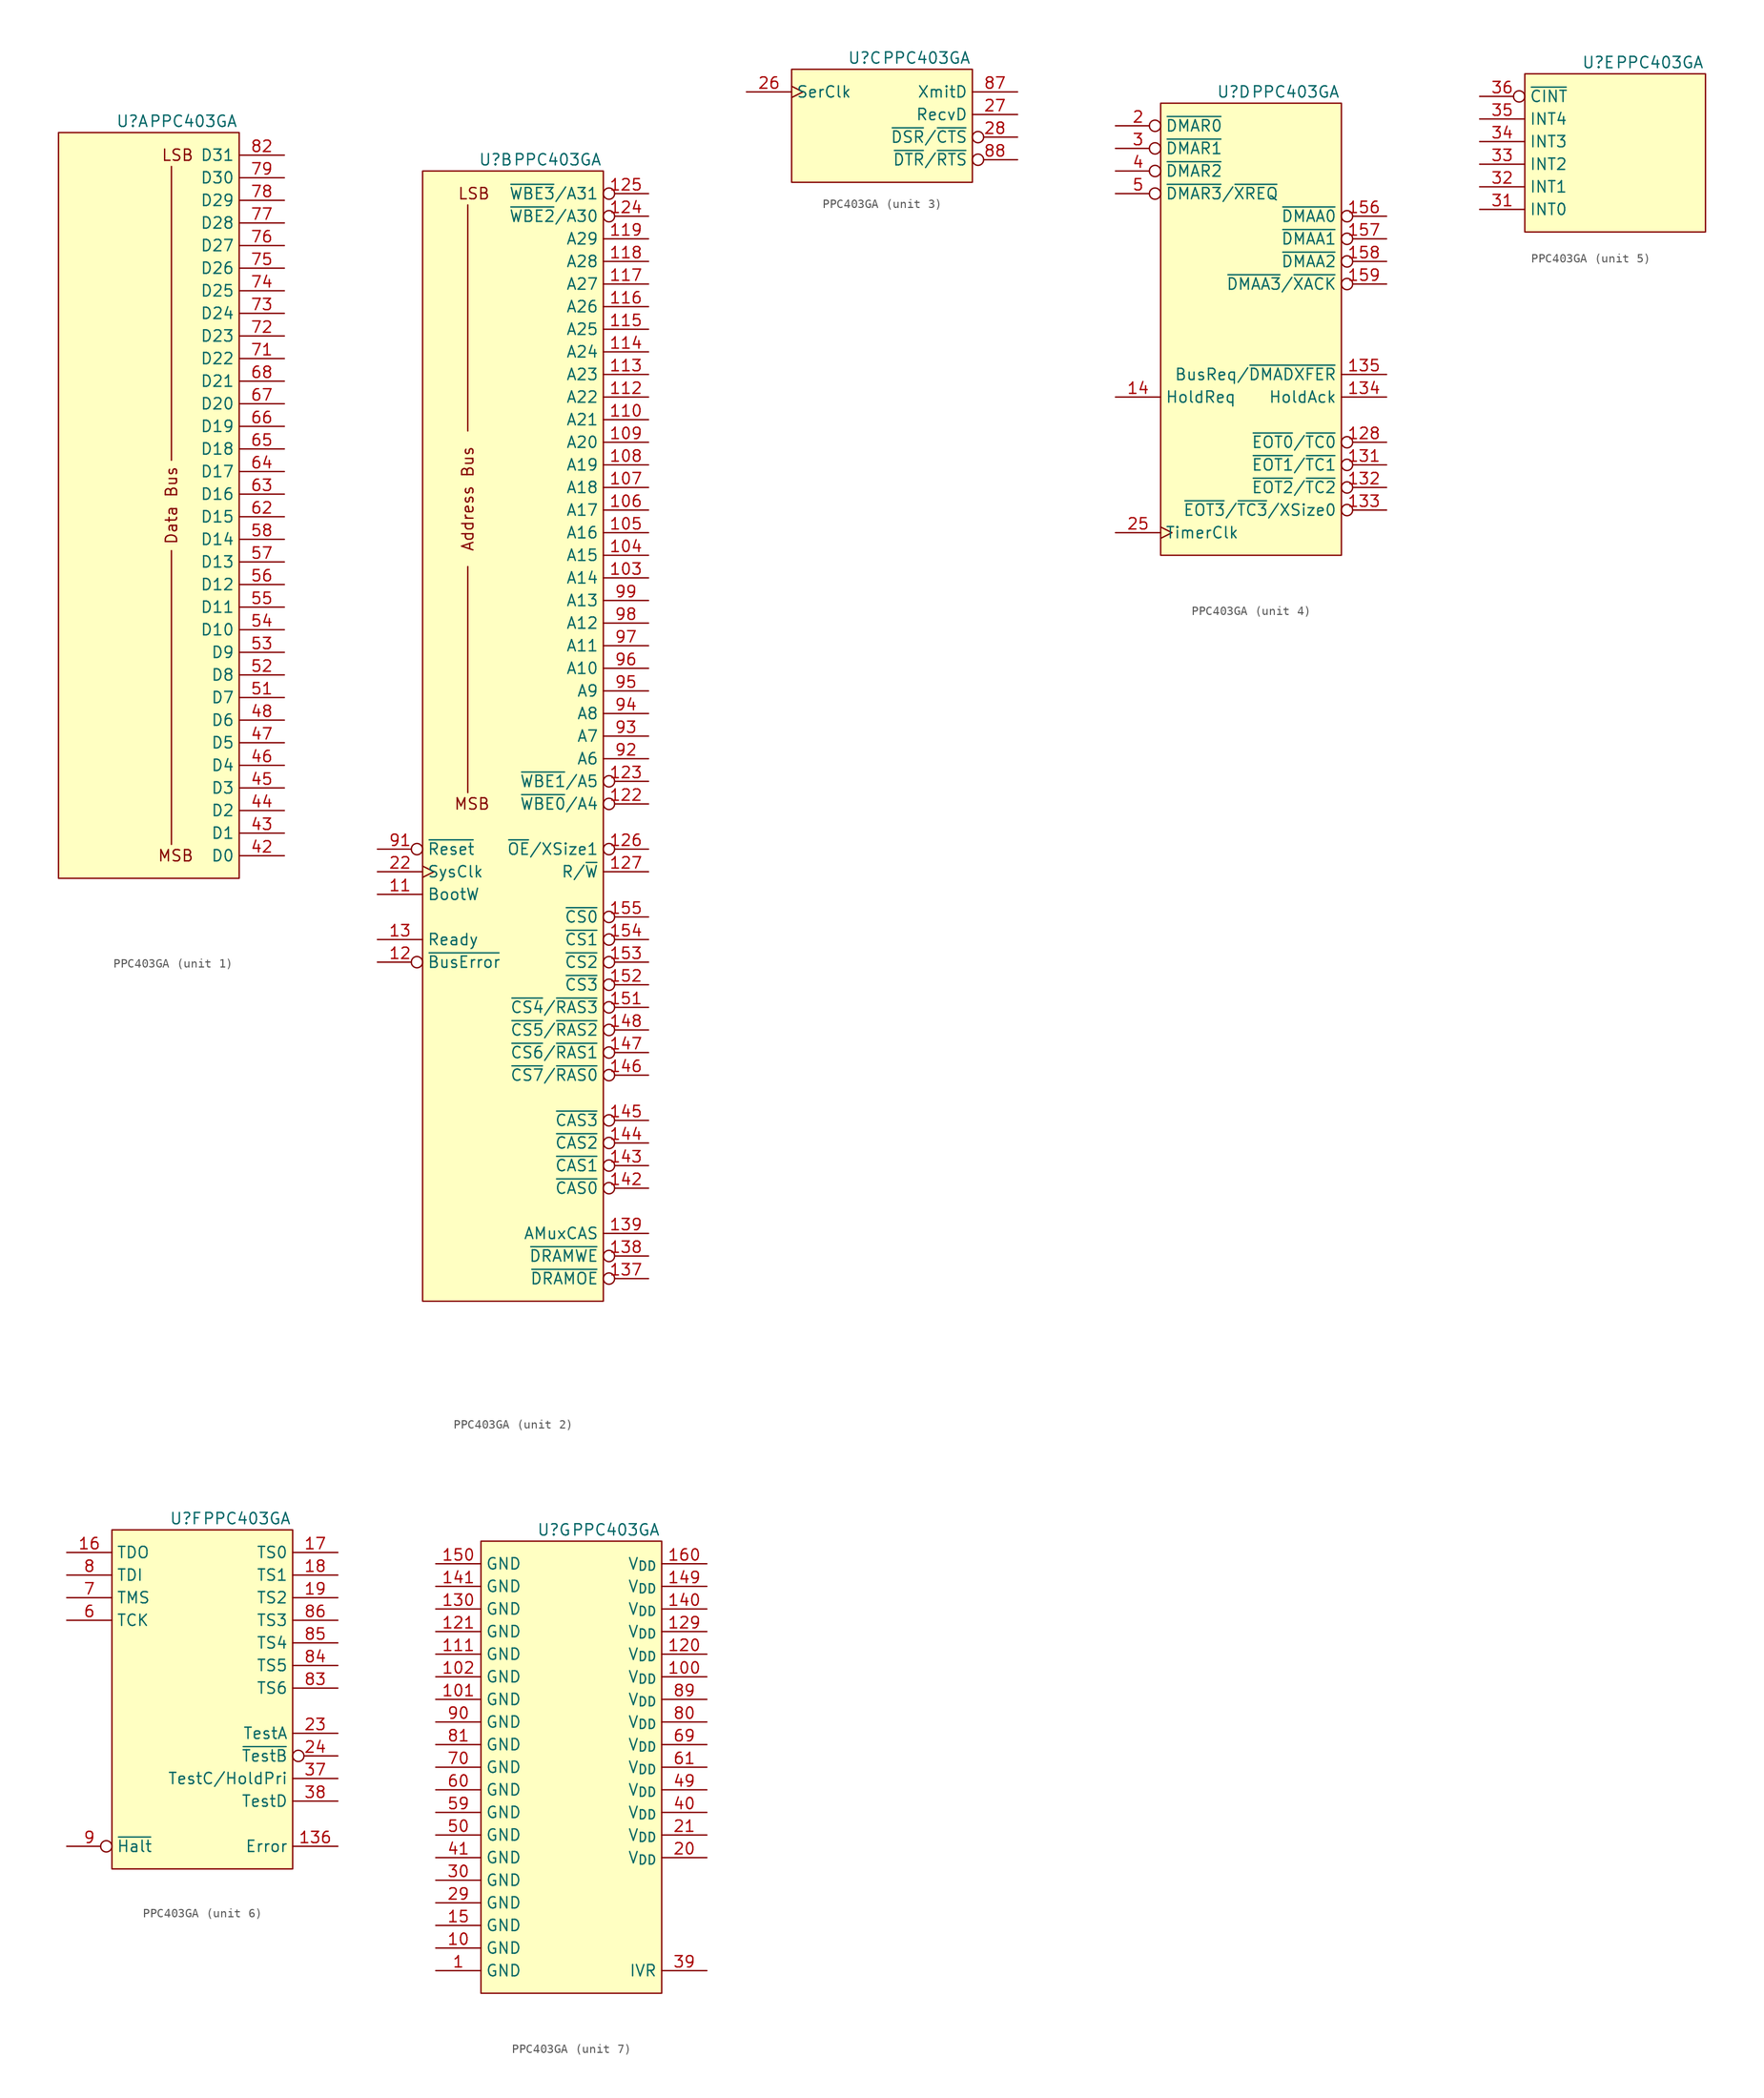
<source format=kicad_sym>
(kicad_symbol_lib
  (version 20241209)
  (generator "kicad_symbol_editor")
  (generator_version "9.0")
  (symbol "PPC403GA"
    (property "Reference" "U"
      (at 0 1.27 0)
      (do_not_autoplace)
      (effects (font (size 1.27 1.27)) (justify right)))
    (property "Value" "PPC403GA"
      (at 0 1.27 0)
      (do_not_autoplace)
      (effects (font (size 1.27 1.27)) (justify left)))
    (property "ki_locked" ""
      (at 0 0 0)
      (effects (font (size 1.27 1.27))))
    (symbol "PPC403GA_1_0"
      (pin tri_state line (at 15.24 -2.54 180) (length 5.08) (name "D31" (effects (font (size 1.27 1.27)))) (number "82" (effects (font (size 1.27 1.27)))))
      (pin tri_state line (at 15.24 -5.08 180) (length 5.08) (name "D30" (effects (font (size 1.27 1.27)))) (number "79" (effects (font (size 1.27 1.27)))))
      (pin tri_state line (at 15.24 -7.62 180) (length 5.08) (name "D29" (effects (font (size 1.27 1.27)))) (number "78" (effects (font (size 1.27 1.27)))))
      (pin tri_state line (at 15.24 -10.16 180) (length 5.08) (name "D28" (effects (font (size 1.27 1.27)))) (number "77" (effects (font (size 1.27 1.27)))))
      (pin tri_state line (at 15.24 -12.7 180) (length 5.08) (name "D27" (effects (font (size 1.27 1.27)))) (number "76" (effects (font (size 1.27 1.27)))))
      (pin tri_state line (at 15.24 -15.24 180) (length 5.08) (name "D26" (effects (font (size 1.27 1.27)))) (number "75" (effects (font (size 1.27 1.27)))))
      (pin tri_state line (at 15.24 -17.78 180) (length 5.08) (name "D25" (effects (font (size 1.27 1.27)))) (number "74" (effects (font (size 1.27 1.27)))))
      (pin tri_state line (at 15.24 -20.32 180) (length 5.08) (name "D24" (effects (font (size 1.27 1.27)))) (number "73" (effects (font (size 1.27 1.27)))))
      (pin tri_state line (at 15.24 -22.86 180) (length 5.08) (name "D23" (effects (font (size 1.27 1.27)))) (number "72" (effects (font (size 1.27 1.27)))))
      (pin tri_state line (at 15.24 -25.4 180) (length 5.08) (name "D22" (effects (font (size 1.27 1.27)))) (number "71" (effects (font (size 1.27 1.27)))))
      (pin tri_state line (at 15.24 -27.94 180) (length 5.08) (name "D21" (effects (font (size 1.27 1.27)))) (number "68" (effects (font (size 1.27 1.27)))))
      (pin tri_state line (at 15.24 -30.48 180) (length 5.08) (name "D20" (effects (font (size 1.27 1.27)))) (number "67" (effects (font (size 1.27 1.27)))))
      (pin tri_state line (at 15.24 -33.02 180) (length 5.08) (name "D19" (effects (font (size 1.27 1.27)))) (number "66" (effects (font (size 1.27 1.27)))))
      (pin tri_state line (at 15.24 -35.56 180) (length 5.08) (name "D18" (effects (font (size 1.27 1.27)))) (number "65" (effects (font (size 1.27 1.27)))))
      (pin tri_state line (at 15.24 -38.1 180) (length 5.08) (name "D17" (effects (font (size 1.27 1.27)))) (number "64" (effects (font (size 1.27 1.27)))))
      (pin tri_state line (at 15.24 -40.64 180) (length 5.08) (name "D16" (effects (font (size 1.27 1.27)))) (number "63" (effects (font (size 1.27 1.27)))))
      (pin tri_state line (at 15.24 -43.18 180) (length 5.08) (name "D15" (effects (font (size 1.27 1.27)))) (number "62" (effects (font (size 1.27 1.27)))))
      (pin tri_state line (at 15.24 -45.72 180) (length 5.08) (name "D14" (effects (font (size 1.27 1.27)))) (number "58" (effects (font (size 1.27 1.27)))))
      (pin tri_state line (at 15.24 -48.26 180) (length 5.08) (name "D13" (effects (font (size 1.27 1.27)))) (number "57" (effects (font (size 1.27 1.27)))))
      (pin tri_state line (at 15.24 -50.8 180) (length 5.08) (name "D12" (effects (font (size 1.27 1.27)))) (number "56" (effects (font (size 1.27 1.27)))))
      (pin tri_state line (at 15.24 -53.34 180) (length 5.08) (name "D11" (effects (font (size 1.27 1.27)))) (number "55" (effects (font (size 1.27 1.27)))))
      (pin tri_state line (at 15.24 -55.88 180) (length 5.08) (name "D10" (effects (font (size 1.27 1.27)))) (number "54" (effects (font (size 1.27 1.27)))))
      (pin tri_state line (at 15.24 -58.42 180) (length 5.08) (name "D9" (effects (font (size 1.27 1.27)))) (number "53" (effects (font (size 1.27 1.27)))))
      (pin tri_state line (at 15.24 -60.96 180) (length 5.08) (name "D8" (effects (font (size 1.27 1.27)))) (number "52" (effects (font (size 1.27 1.27)))))
      (pin tri_state line (at 15.24 -63.5 180) (length 5.08) (name "D7" (effects (font (size 1.27 1.27)))) (number "51" (effects (font (size 1.27 1.27)))))
      (pin tri_state line (at 15.24 -66.04 180) (length 5.08) (name "D6" (effects (font (size 1.27 1.27)))) (number "48" (effects (font (size 1.27 1.27)))))
      (pin tri_state line (at 15.24 -68.58 180) (length 5.08) (name "D5" (effects (font (size 1.27 1.27)))) (number "47" (effects (font (size 1.27 1.27)))))
      (pin tri_state line (at 15.24 -71.12 180) (length 5.08) (name "D4" (effects (font (size 1.27 1.27)))) (number "46" (effects (font (size 1.27 1.27)))))
      (pin tri_state line (at 15.24 -73.66 180) (length 5.08) (name "D3" (effects (font (size 1.27 1.27)))) (number "45" (effects (font (size 1.27 1.27)))))
      (pin tri_state line (at 15.24 -76.2 180) (length 5.08) (name "D2" (effects (font (size 1.27 1.27)))) (number "44" (effects (font (size 1.27 1.27)))))
      (pin tri_state line (at 15.24 -78.74 180) (length 5.08) (name "D1" (effects (font (size 1.27 1.27)))) (number "43" (effects (font (size 1.27 1.27)))))
      (pin tri_state line (at 15.24 -81.28 180) (length 5.08) (name "D0" (effects (font (size 1.27 1.27)))) (number "42" (effects (font (size 1.27 1.27))))))
    (symbol "PPC403GA_1_1"
      (rectangle (start -10.16 0) (end 10.16 -83.82) (stroke (width 0) (type solid)) (fill (type background)))
      (polyline (pts (xy 2.54 -36.83) (xy 2.54 -3.81)) (stroke (width 0) (type default)) (fill (type none)))
      (polyline (pts (xy 2.54 -46.99) (xy 2.54 -80.01)) (stroke (width 0) (type default)) (fill (type none)))
      (text "Data Bus" (at 2.54 -41.91 900) (effects (font (size 1.27 1.27))))
      (text "LSB" (at 5.08 -2.54 0) (effects (font (size 1.27 1.27)) (justify right)))
      (text "MSB" (at 5.08 -81.28 0) (effects (font (size 1.27 1.27)) (justify right))))
    (symbol "PPC403GA_2_0"
      (pin bidirectional inverted (at -15.24 -76.2 0) (length 5.08) (name "~{Reset}" (effects (font (size 1.27 1.27)))) (number "91" (effects (font (size 1.27 1.27)))))
      (pin input clock (at -15.24 -78.74 0) (length 5.08) (name "SysClk" (effects (font (size 1.27 1.27)))) (number "22" (effects (font (size 1.27 1.27)))))
      (pin input line (at -15.24 -81.28 0) (length 5.08) (name "BootW" (effects (font (size 1.27 1.27)))) (number "11" (effects (font (size 1.27 1.27)))))
      (pin input line (at -15.24 -86.36 0) (length 5.08) (name "Ready" (effects (font (size 1.27 1.27)))) (number "13" (effects (font (size 1.27 1.27)))))
      (pin input inverted (at -15.24 -88.9 0) (length 5.08) (name "~{BusError}" (effects (font (size 1.27 1.27)))) (number "12" (effects (font (size 1.27 1.27)))))
      (pin tri_state inverted (at 15.24 -2.54 180) (length 5.08) (name "~{WBE3}/A31" (effects (font (size 1.27 1.27)))) (number "125" (effects (font (size 1.27 1.27)))))
      (pin tri_state inverted (at 15.24 -5.08 180) (length 5.08) (name "~{WBE2}/A30" (effects (font (size 1.27 1.27)))) (number "124" (effects (font (size 1.27 1.27)))))
      (pin tri_state line (at 15.24 -7.62 180) (length 5.08) (name "A29" (effects (font (size 1.27 1.27)))) (number "119" (effects (font (size 1.27 1.27)))))
      (pin tri_state line (at 15.24 -10.16 180) (length 5.08) (name "A28" (effects (font (size 1.27 1.27)))) (number "118" (effects (font (size 1.27 1.27)))))
      (pin tri_state line (at 15.24 -12.7 180) (length 5.08) (name "A27" (effects (font (size 1.27 1.27)))) (number "117" (effects (font (size 1.27 1.27)))))
      (pin tri_state line (at 15.24 -15.24 180) (length 5.08) (name "A26" (effects (font (size 1.27 1.27)))) (number "116" (effects (font (size 1.27 1.27)))))
      (pin tri_state line (at 15.24 -17.78 180) (length 5.08) (name "A25" (effects (font (size 1.27 1.27)))) (number "115" (effects (font (size 1.27 1.27)))))
      (pin tri_state line (at 15.24 -20.32 180) (length 5.08) (name "A24" (effects (font (size 1.27 1.27)))) (number "114" (effects (font (size 1.27 1.27)))))
      (pin tri_state line (at 15.24 -22.86 180) (length 5.08) (name "A23" (effects (font (size 1.27 1.27)))) (number "113" (effects (font (size 1.27 1.27)))))
      (pin tri_state line (at 15.24 -25.4 180) (length 5.08) (name "A22" (effects (font (size 1.27 1.27)))) (number "112" (effects (font (size 1.27 1.27)))))
      (pin tri_state line (at 15.24 -27.94 180) (length 5.08) (name "A21" (effects (font (size 1.27 1.27)))) (number "110" (effects (font (size 1.27 1.27)))))
      (pin tri_state line (at 15.24 -30.48 180) (length 5.08) (name "A20" (effects (font (size 1.27 1.27)))) (number "109" (effects (font (size 1.27 1.27)))))
      (pin tri_state line (at 15.24 -33.02 180) (length 5.08) (name "A19" (effects (font (size 1.27 1.27)))) (number "108" (effects (font (size 1.27 1.27)))))
      (pin tri_state line (at 15.24 -35.56 180) (length 5.08) (name "A18" (effects (font (size 1.27 1.27)))) (number "107" (effects (font (size 1.27 1.27)))))
      (pin tri_state line (at 15.24 -38.1 180) (length 5.08) (name "A17" (effects (font (size 1.27 1.27)))) (number "106" (effects (font (size 1.27 1.27)))))
      (pin tri_state line (at 15.24 -40.64 180) (length 5.08) (name "A16" (effects (font (size 1.27 1.27)))) (number "105" (effects (font (size 1.27 1.27)))))
      (pin tri_state line (at 15.24 -43.18 180) (length 5.08) (name "A15" (effects (font (size 1.27 1.27)))) (number "104" (effects (font (size 1.27 1.27)))))
      (pin tri_state line (at 15.24 -45.72 180) (length 5.08) (name "A14" (effects (font (size 1.27 1.27)))) (number "103" (effects (font (size 1.27 1.27)))))
      (pin tri_state line (at 15.24 -48.26 180) (length 5.08) (name "A13" (effects (font (size 1.27 1.27)))) (number "99" (effects (font (size 1.27 1.27)))))
      (pin tri_state line (at 15.24 -50.8 180) (length 5.08) (name "A12" (effects (font (size 1.27 1.27)))) (number "98" (effects (font (size 1.27 1.27)))))
      (pin tri_state line (at 15.24 -53.34 180) (length 5.08) (name "A11" (effects (font (size 1.27 1.27)))) (number "97" (effects (font (size 1.27 1.27)))))
      (pin tri_state line (at 15.24 -55.88 180) (length 5.08) (name "A10" (effects (font (size 1.27 1.27)))) (number "96" (effects (font (size 1.27 1.27)))))
      (pin tri_state line (at 15.24 -58.42 180) (length 5.08) (name "A9" (effects (font (size 1.27 1.27)))) (number "95" (effects (font (size 1.27 1.27)))))
      (pin tri_state line (at 15.24 -60.96 180) (length 5.08) (name "A8" (effects (font (size 1.27 1.27)))) (number "94" (effects (font (size 1.27 1.27)))))
      (pin tri_state line (at 15.24 -63.5 180) (length 5.08) (name "A7" (effects (font (size 1.27 1.27)))) (number "93" (effects (font (size 1.27 1.27)))))
      (pin tri_state line (at 15.24 -66.04 180) (length 5.08) (name "A6" (effects (font (size 1.27 1.27)))) (number "92" (effects (font (size 1.27 1.27)))))
      (pin tri_state inverted (at 15.24 -68.58 180) (length 5.08) (name "~{WBE1}/A5" (effects (font (size 1.27 1.27)))) (number "123" (effects (font (size 1.27 1.27)))))
      (pin tri_state inverted (at 15.24 -71.12 180) (length 5.08) (name "~{WBE0}/A4" (effects (font (size 1.27 1.27)))) (number "122" (effects (font (size 1.27 1.27)))))
      (pin bidirectional inverted (at 15.24 -76.2 180) (length 5.08) (name "~{OE}/XSize1" (effects (font (size 1.27 1.27)))) (number "126" (effects (font (size 1.27 1.27)))))
      (pin tri_state line (at 15.24 -78.74 180) (length 5.08) (name "R/~{W}" (effects (font (size 1.27 1.27)))) (number "127" (effects (font (size 1.27 1.27)))))
      (pin output inverted (at 15.24 -83.82 180) (length 5.08) (name "~{CS0}" (effects (font (size 1.27 1.27)))) (number "155" (effects (font (size 1.27 1.27)))))
      (pin output inverted (at 15.24 -86.36 180) (length 5.08) (name "~{CS1}" (effects (font (size 1.27 1.27)))) (number "154" (effects (font (size 1.27 1.27)))))
      (pin output inverted (at 15.24 -88.9 180) (length 5.08) (name "~{CS2}" (effects (font (size 1.27 1.27)))) (number "153" (effects (font (size 1.27 1.27)))))
      (pin output inverted (at 15.24 -91.44 180) (length 5.08) (name "~{CS3}" (effects (font (size 1.27 1.27)))) (number "152" (effects (font (size 1.27 1.27)))))
      (pin output inverted (at 15.24 -93.98 180) (length 5.08) (name "~{CS4}/~{RAS3}" (effects (font (size 1.27 1.27)))) (number "151" (effects (font (size 1.27 1.27)))))
      (pin output inverted (at 15.24 -96.52 180) (length 5.08) (name "~{CS5}/~{RAS2}" (effects (font (size 1.27 1.27)))) (number "148" (effects (font (size 1.27 1.27)))))
      (pin output inverted (at 15.24 -99.06 180) (length 5.08) (name "~{CS6}/~{RAS1}" (effects (font (size 1.27 1.27)))) (number "147" (effects (font (size 1.27 1.27)))))
      (pin output inverted (at 15.24 -101.6 180) (length 5.08) (name "~{CS7}/~{RAS0}" (effects (font (size 1.27 1.27)))) (number "146" (effects (font (size 1.27 1.27)))))
      (pin output inverted (at 15.24 -106.68 180) (length 5.08) (name "~{CAS3}" (effects (font (size 1.27 1.27)))) (number "145" (effects (font (size 1.27 1.27)))))
      (pin output inverted (at 15.24 -109.22 180) (length 5.08) (name "~{CAS2}" (effects (font (size 1.27 1.27)))) (number "144" (effects (font (size 1.27 1.27)))))
      (pin output inverted (at 15.24 -111.76 180) (length 5.08) (name "~{CAS1}" (effects (font (size 1.27 1.27)))) (number "143" (effects (font (size 1.27 1.27)))))
      (pin output inverted (at 15.24 -114.3 180) (length 5.08) (name "~{CAS0}" (effects (font (size 1.27 1.27)))) (number "142" (effects (font (size 1.27 1.27)))))
      (pin output line (at 15.24 -119.38 180) (length 5.08) (name "AMuxCAS" (effects (font (size 1.27 1.27)))) (number "139" (effects (font (size 1.27 1.27)))))
      (pin output inverted (at 15.24 -121.92 180) (length 5.08) (name "~{DRAMWE}" (effects (font (size 1.27 1.27)))) (number "138" (effects (font (size 1.27 1.27)))))
      (pin output inverted (at 15.24 -124.46 180) (length 5.08) (name "~{DRAMOE}" (effects (font (size 1.27 1.27)))) (number "137" (effects (font (size 1.27 1.27))))))
    (symbol "PPC403GA_2_1"
      (rectangle (start -10.16 0) (end 10.16 -127) (stroke (width 0) (type solid)) (fill (type background)))
      (polyline (pts (xy -5.08 -29.21) (xy -5.08 -3.81)) (stroke (width 0) (type default)) (fill (type none)))
      (polyline (pts (xy -5.08 -44.45) (xy -5.08 -69.85)) (stroke (width 0) (type default)) (fill (type none)))
      (text "Address Bus" (at -5.08 -36.83 900) (effects (font (size 1.27 1.27))))
      (text "LSB" (at -2.54 -2.54 0) (effects (font (size 1.27 1.27)) (justify right)))
      (text "MSB" (at -2.54 -71.12 0) (effects (font (size 1.27 1.27)) (justify right))))
    (symbol "PPC403GA_3_0"
      (pin input clock (at -15.24 -2.54 0) (length 5.08) (name "SerClk" (effects (font (size 1.27 1.27)))) (number "26" (effects (font (size 1.27 1.27)))))
      (pin output line (at 15.24 -2.54 180) (length 5.08) (name "XmitD" (effects (font (size 1.27 1.27)))) (number "87" (effects (font (size 1.27 1.27)))))
      (pin input line (at 15.24 -5.08 180) (length 5.08) (name "RecvD" (effects (font (size 1.27 1.27)))) (number "27" (effects (font (size 1.27 1.27)))))
      (pin input inverted (at 15.24 -7.62 180) (length 5.08) (name "~{DSR}/~{CTS}" (effects (font (size 1.27 1.27)))) (number "28" (effects (font (size 1.27 1.27)))))
      (pin output inverted (at 15.24 -10.16 180) (length 5.08) (name "~{DTR}/~{RTS}" (effects (font (size 1.27 1.27)))) (number "88" (effects (font (size 1.27 1.27))))))
    (symbol "PPC403GA_3_1"
      (rectangle (start -10.16 0) (end 10.16 -12.7) (stroke (width 0) (type solid)) (fill (type background))))
    (symbol "PPC403GA_4_0"
      (pin input inverted (at -15.24 -2.54 0) (length 5.08) (name "~{DMAR0}" (effects (font (size 1.27 1.27)))) (number "2" (effects (font (size 1.27 1.27)))))
      (pin input inverted (at -15.24 -5.08 0) (length 5.08) (name "~{DMAR1}" (effects (font (size 1.27 1.27)))) (number "3" (effects (font (size 1.27 1.27)))))
      (pin input inverted (at -15.24 -7.62 0) (length 5.08) (name "~{DMAR2}" (effects (font (size 1.27 1.27)))) (number "4" (effects (font (size 1.27 1.27)))))
      (pin input inverted (at -15.24 -10.16 0) (length 5.08) (name "~{DMAR3}/~{XREQ}" (effects (font (size 1.27 1.27)))) (number "5" (effects (font (size 1.27 1.27)))))
      (pin input line (at -15.24 -33.02 0) (length 5.08) (name "HoldReq" (effects (font (size 1.27 1.27)))) (number "14" (effects (font (size 1.27 1.27)))))
      (pin input clock (at -15.24 -48.26 0) (length 5.08) (name "TimerClk" (effects (font (size 1.27 1.27)))) (number "25" (effects (font (size 1.27 1.27)))))
      (pin output inverted (at 15.24 -12.7 180) (length 5.08) (name "~{DMAA0}" (effects (font (size 1.27 1.27)))) (number "156" (effects (font (size 1.27 1.27)))))
      (pin output inverted (at 15.24 -15.24 180) (length 5.08) (name "~{DMAA1}" (effects (font (size 1.27 1.27)))) (number "157" (effects (font (size 1.27 1.27)))))
      (pin output inverted (at 15.24 -17.78 180) (length 5.08) (name "~{DMAA2}" (effects (font (size 1.27 1.27)))) (number "158" (effects (font (size 1.27 1.27)))))
      (pin output inverted (at 15.24 -20.32 180) (length 5.08) (name "~{DMAA3}/~{XACK}" (effects (font (size 1.27 1.27)))) (number "159" (effects (font (size 1.27 1.27)))))
      (pin output line (at 15.24 -30.48 180) (length 5.08) (name "BusReq/~{DMADXFER}" (effects (font (size 1.27 1.27)))) (number "135" (effects (font (size 1.27 1.27)))))
      (pin output line (at 15.24 -33.02 180) (length 5.08) (name "HoldAck" (effects (font (size 1.27 1.27)))) (number "134" (effects (font (size 1.27 1.27)))))
      (pin bidirectional inverted (at 15.24 -38.1 180) (length 5.08) (name "~{EOT0}/~{TC0}" (effects (font (size 1.27 1.27)))) (number "128" (effects (font (size 1.27 1.27)))))
      (pin bidirectional inverted (at 15.24 -40.64 180) (length 5.08) (name "~{EOT1}/~{TC1}" (effects (font (size 1.27 1.27)))) (number "131" (effects (font (size 1.27 1.27)))))
      (pin bidirectional inverted (at 15.24 -43.18 180) (length 5.08) (name "~{EOT2}/~{TC2}" (effects (font (size 1.27 1.27)))) (number "132" (effects (font (size 1.27 1.27)))))
      (pin bidirectional inverted (at 15.24 -45.72 180) (length 5.08) (name "~{EOT3}/~{TC3}/XSize0" (effects (font (size 1.27 1.27)))) (number "133" (effects (font (size 1.27 1.27))))))
    (symbol "PPC403GA_4_1"
      (rectangle (start -10.16 0) (end 10.16 -50.8) (stroke (width 0) (type solid)) (fill (type background))))
    (symbol "PPC403GA_5_0"
      (pin input inverted (at -15.24 -2.54 0) (length 5.08) (name "~{CINT}" (effects (font (size 1.27 1.27)))) (number "36" (effects (font (size 1.27 1.27)))))
      (pin input line (at -15.24 -5.08 0) (length 5.08) (name "INT4" (effects (font (size 1.27 1.27)))) (number "35" (effects (font (size 1.27 1.27)))))
      (pin input line (at -15.24 -7.62 0) (length 5.08) (name "INT3" (effects (font (size 1.27 1.27)))) (number "34" (effects (font (size 1.27 1.27)))))
      (pin input line (at -15.24 -10.16 0) (length 5.08) (name "INT2" (effects (font (size 1.27 1.27)))) (number "33" (effects (font (size 1.27 1.27)))))
      (pin input line (at -15.24 -12.7 0) (length 5.08) (name "INT1" (effects (font (size 1.27 1.27)))) (number "32" (effects (font (size 1.27 1.27)))))
      (pin input line (at -15.24 -15.24 0) (length 5.08) (name "INT0" (effects (font (size 1.27 1.27)))) (number "31" (effects (font (size 1.27 1.27))))))
    (symbol "PPC403GA_5_1"
      (rectangle (start -10.16 0) (end 10.16 -17.78) (stroke (width 0) (type solid)) (fill (type background))))
    (symbol "PPC403GA_6_0"
      (pin output line (at -15.24 -2.54 0) (length 5.08) (name "TDO" (effects (font (size 1.27 1.27)))) (number "16" (effects (font (size 1.27 1.27)))))
      (pin input line (at -15.24 -5.08 0) (length 5.08) (name "TDI" (effects (font (size 1.27 1.27)))) (number "8" (effects (font (size 1.27 1.27)))))
      (pin input line (at -15.24 -7.62 0) (length 5.08) (name "TMS" (effects (font (size 1.27 1.27)))) (number "7" (effects (font (size 1.27 1.27)))))
      (pin input line (at -15.24 -10.16 0) (length 5.08) (name "TCK" (effects (font (size 1.27 1.27)))) (number "6" (effects (font (size 1.27 1.27)))))
      (pin input inverted (at -15.24 -35.56 0) (length 5.08) (name "~{Halt}" (effects (font (size 1.27 1.27)))) (number "9" (effects (font (size 1.27 1.27)))))
      (pin output line (at 15.24 -2.54 180) (length 5.08) (name "TS0" (effects (font (size 1.27 1.27)))) (number "17" (effects (font (size 1.27 1.27)))))
      (pin output line (at 15.24 -5.08 180) (length 5.08) (name "TS1" (effects (font (size 1.27 1.27)))) (number "18" (effects (font (size 1.27 1.27)))))
      (pin output line (at 15.24 -7.62 180) (length 5.08) (name "TS2" (effects (font (size 1.27 1.27)))) (number "19" (effects (font (size 1.27 1.27)))))
      (pin output line (at 15.24 -10.16 180) (length 5.08) (name "TS3" (effects (font (size 1.27 1.27)))) (number "86" (effects (font (size 1.27 1.27)))))
      (pin output line (at 15.24 -12.7 180) (length 5.08) (name "TS4" (effects (font (size 1.27 1.27)))) (number "85" (effects (font (size 1.27 1.27)))))
      (pin output line (at 15.24 -15.24 180) (length 5.08) (name "TS5" (effects (font (size 1.27 1.27)))) (number "84" (effects (font (size 1.27 1.27)))))
      (pin output line (at 15.24 -17.78 180) (length 5.08) (name "TS6" (effects (font (size 1.27 1.27)))) (number "83" (effects (font (size 1.27 1.27)))))
      (pin input line (at 15.24 -22.86 180) (length 5.08) (name "TestA" (effects (font (size 1.27 1.27)))) (number "23" (effects (font (size 1.27 1.27)))))
      (pin input inverted (at 15.24 -25.4 180) (length 5.08) (name "~{TestB}" (effects (font (size 1.27 1.27)))) (number "24" (effects (font (size 1.27 1.27)))))
      (pin input line (at 15.24 -27.94 180) (length 5.08) (name "TestC/HoldPri" (effects (font (size 1.27 1.27)))) (number "37" (effects (font (size 1.27 1.27)))))
      (pin input line (at 15.24 -30.48 180) (length 5.08) (name "TestD" (effects (font (size 1.27 1.27)))) (number "38" (effects (font (size 1.27 1.27)))))
      (pin output line (at 15.24 -35.56 180) (length 5.08) (name "Error" (effects (font (size 1.27 1.27)))) (number "136" (effects (font (size 1.27 1.27))))))
    (symbol "PPC403GA_6_1"
      (rectangle (start -10.16 0) (end 10.16 -38.1) (stroke (width 0) (type solid)) (fill (type background))))
    (symbol "PPC403GA_7_0"
      (pin power_in line (at -15.24 -2.54 0) (length 5.08) (name "GND" (effects (font (size 1.27 1.27)))) (number "150" (effects (font (size 1.27 1.27)))))
      (pin power_in line (at -15.24 -5.08 0) (length 5.08) (name "GND" (effects (font (size 1.27 1.27)))) (number "141" (effects (font (size 1.27 1.27)))))
      (pin power_in line (at -15.24 -7.62 0) (length 5.08) (name "GND" (effects (font (size 1.27 1.27)))) (number "130" (effects (font (size 1.27 1.27)))))
      (pin power_in line (at -15.24 -10.16 0) (length 5.08) (name "GND" (effects (font (size 1.27 1.27)))) (number "121" (effects (font (size 1.27 1.27)))))
      (pin power_in line (at -15.24 -12.7 0) (length 5.08) (name "GND" (effects (font (size 1.27 1.27)))) (number "111" (effects (font (size 1.27 1.27)))))
      (pin power_in line (at -15.24 -15.24 0) (length 5.08) (name "GND" (effects (font (size 1.27 1.27)))) (number "102" (effects (font (size 1.27 1.27)))))
      (pin power_in line (at -15.24 -17.78 0) (length 5.08) (name "GND" (effects (font (size 1.27 1.27)))) (number "101" (effects (font (size 1.27 1.27)))))
      (pin power_in line (at -15.24 -20.32 0) (length 5.08) (name "GND" (effects (font (size 1.27 1.27)))) (number "90" (effects (font (size 1.27 1.27)))))
      (pin power_in line (at -15.24 -22.86 0) (length 5.08) (name "GND" (effects (font (size 1.27 1.27)))) (number "81" (effects (font (size 1.27 1.27)))))
      (pin power_in line (at -15.24 -25.4 0) (length 5.08) (name "GND" (effects (font (size 1.27 1.27)))) (number "70" (effects (font (size 1.27 1.27)))))
      (pin power_in line (at -15.24 -27.94 0) (length 5.08) (name "GND" (effects (font (size 1.27 1.27)))) (number "60" (effects (font (size 1.27 1.27)))))
      (pin power_in line (at -15.24 -30.48 0) (length 5.08) (name "GND" (effects (font (size 1.27 1.27)))) (number "59" (effects (font (size 1.27 1.27)))))
      (pin power_in line (at -15.24 -33.02 0) (length 5.08) (name "GND" (effects (font (size 1.27 1.27)))) (number "50" (effects (font (size 1.27 1.27)))))
      (pin power_in line (at -15.24 -35.56 0) (length 5.08) (name "GND" (effects (font (size 1.27 1.27)))) (number "41" (effects (font (size 1.27 1.27)))))
      (pin power_in line (at -15.24 -38.1 0) (length 5.08) (name "GND" (effects (font (size 1.27 1.27)))) (number "30" (effects (font (size 1.27 1.27)))))
      (pin power_in line (at -15.24 -40.64 0) (length 5.08) (name "GND" (effects (font (size 1.27 1.27)))) (number "29" (effects (font (size 1.27 1.27)))))
      (pin power_in line (at -15.24 -43.18 0) (length 5.08) (name "GND" (effects (font (size 1.27 1.27)))) (number "15" (effects (font (size 1.27 1.27)))))
      (pin power_in line (at -15.24 -45.72 0) (length 5.08) (name "GND" (effects (font (size 1.27 1.27)))) (number "10" (effects (font (size 1.27 1.27)))))
      (pin power_in line (at -15.24 -48.26 0) (length 5.08) (name "GND" (effects (font (size 1.27 1.27)))) (number "1" (effects (font (size 1.27 1.27)))))
      (pin power_in line (at 15.24 -2.54 180) (length 5.08) (name "V_{DD}" (effects (font (size 1.27 1.27)))) (number "160" (effects (font (size 1.27 1.27)))))
      (pin power_in line (at 15.24 -5.08 180) (length 5.08) (name "V_{DD}" (effects (font (size 1.27 1.27)))) (number "149" (effects (font (size 1.27 1.27)))))
      (pin power_in line (at 15.24 -7.62 180) (length 5.08) (name "V_{DD}" (effects (font (size 1.27 1.27)))) (number "140" (effects (font (size 1.27 1.27)))))
      (pin power_in line (at 15.24 -10.16 180) (length 5.08) (name "V_{DD}" (effects (font (size 1.27 1.27)))) (number "129" (effects (font (size 1.27 1.27)))))
      (pin power_in line (at 15.24 -12.7 180) (length 5.08) (name "V_{DD}" (effects (font (size 1.27 1.27)))) (number "120" (effects (font (size 1.27 1.27)))))
      (pin power_in line (at 15.24 -15.24 180) (length 5.08) (name "V_{DD}" (effects (font (size 1.27 1.27)))) (number "100" (effects (font (size 1.27 1.27)))))
      (pin power_in line (at 15.24 -17.78 180) (length 5.08) (name "V_{DD}" (effects (font (size 1.27 1.27)))) (number "89" (effects (font (size 1.27 1.27)))))
      (pin power_in line (at 15.24 -20.32 180) (length 5.08) (name "V_{DD}" (effects (font (size 1.27 1.27)))) (number "80" (effects (font (size 1.27 1.27)))))
      (pin power_in line (at 15.24 -22.86 180) (length 5.08) (name "V_{DD}" (effects (font (size 1.27 1.27)))) (number "69" (effects (font (size 1.27 1.27)))))
      (pin power_in line (at 15.24 -25.4 180) (length 5.08) (name "V_{DD}" (effects (font (size 1.27 1.27)))) (number "61" (effects (font (size 1.27 1.27)))))
      (pin input line (at 15.24 -27.94 180) (length 5.08) (name "V_{DD}" (effects (font (size 1.27 1.27)))) (number "49" (effects (font (size 1.27 1.27)))))
      (pin power_in line (at 15.24 -30.48 180) (length 5.08) (name "V_{DD}" (effects (font (size 1.27 1.27)))) (number "40" (effects (font (size 1.27 1.27)))))
      (pin power_in line (at 15.24 -33.02 180) (length 5.08) (name "V_{DD}" (effects (font (size 1.27 1.27)))) (number "21" (effects (font (size 1.27 1.27)))))
      (pin power_in line (at 15.24 -35.56 180) (length 5.08) (name "V_{DD}" (effects (font (size 1.27 1.27)))) (number "20" (effects (font (size 1.27 1.27)))))
      (pin input line (at 15.24 -48.26 180) (length 5.08) (name "IVR" (effects (font (size 1.27 1.27)))) (number "39" (effects (font (size 1.27 1.27))))))
    (symbol "PPC403GA_7_1"
      (rectangle (start -10.16 0) (end 10.16 -50.8) (stroke (width 0) (type solid)) (fill (type background))))))
</source>
